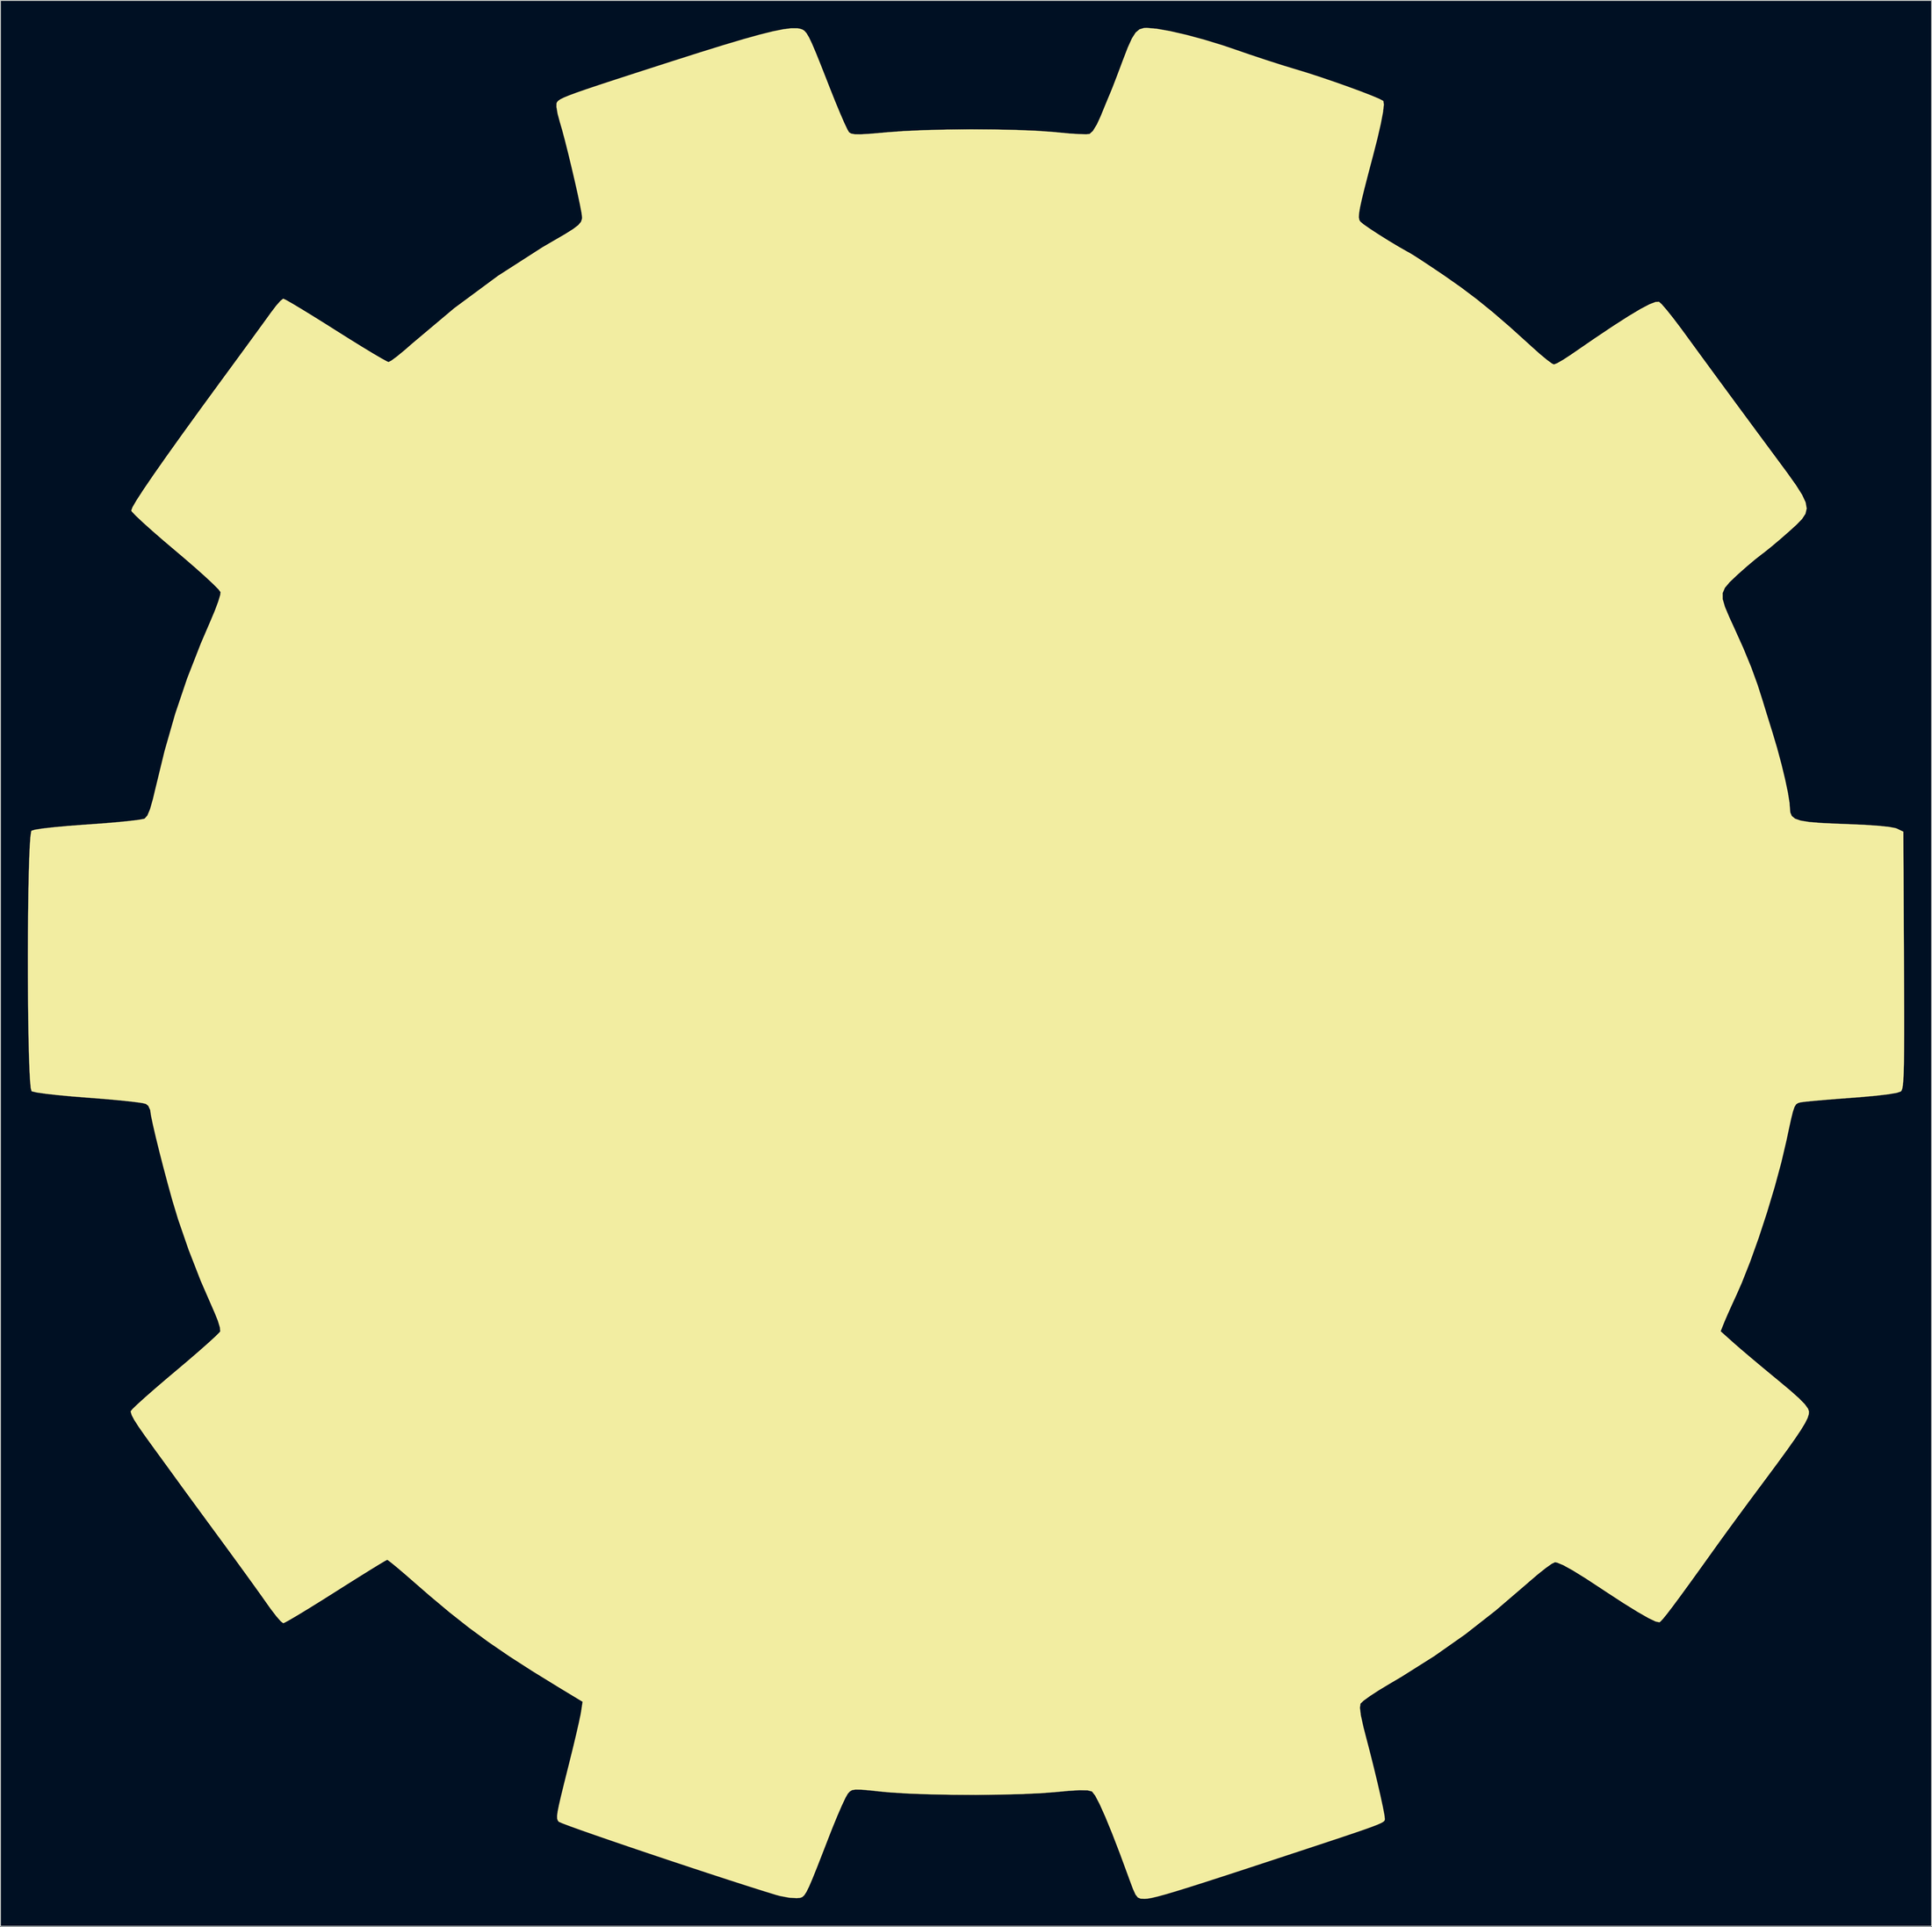
<source format=kicad_pcb>
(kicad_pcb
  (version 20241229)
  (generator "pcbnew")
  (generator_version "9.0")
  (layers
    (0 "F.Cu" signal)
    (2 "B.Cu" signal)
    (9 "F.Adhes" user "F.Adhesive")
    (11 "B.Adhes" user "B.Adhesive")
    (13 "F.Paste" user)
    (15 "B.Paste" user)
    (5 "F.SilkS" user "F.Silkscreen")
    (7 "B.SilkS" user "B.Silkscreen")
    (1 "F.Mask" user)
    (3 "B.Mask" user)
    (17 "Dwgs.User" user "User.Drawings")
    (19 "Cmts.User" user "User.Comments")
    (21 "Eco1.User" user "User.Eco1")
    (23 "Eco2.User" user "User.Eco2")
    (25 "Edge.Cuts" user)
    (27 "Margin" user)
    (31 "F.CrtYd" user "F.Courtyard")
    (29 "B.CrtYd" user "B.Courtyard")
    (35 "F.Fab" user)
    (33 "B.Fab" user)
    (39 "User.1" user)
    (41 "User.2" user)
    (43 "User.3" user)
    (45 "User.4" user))
  (footprint "gear_bg2"
    (layer "F.Cu")
    (at 102.715 102.405)
    (property "Reference" "gear_bg2" (at 0 0 0) (layer "F.SilkS") (effects (font (size 1.524 1.524) (thickness 0.3))))
    (attr through_hole)
    (fp_poly (pts (xy 20.993 -102.304) (xy 22.482 -102.038) (xy 24.252 -101.631) (xy 26.193 -101.107) (xy 28.198 -100.494) (xy 29.571 -100.029) (xy 31.218 -99.461) (xy 32.992 -98.871) (xy 34.689 -98.326) (xy 36.107 -97.892) (xy 36.227 -97.857) (xy 37.516 -97.464) (xy 38.965 -96.991) (xy 40.481 -96.475) (xy 41.97 -95.947) (xy 43.34 -95.443) (xy 44.495 -94.995) (xy 45.344 -94.638) (xy 45.793 -94.405) (xy 45.822 -94.381) (xy 45.88 -93.999) (xy 45.784 -93.152) (xy 45.542 -91.885) (xy 45.164 -90.242) (xy 44.718 -88.499) (xy 44.17 -86.42) (xy 43.751 -84.795) (xy 43.451 -83.564) (xy 43.256 -82.664) (xy 43.156 -82.035) (xy 43.139 -81.615) (xy 43.192 -81.344) (xy 43.298 -81.165) (xy 43.66 -80.864) (xy 44.371 -80.368) (xy 45.318 -79.749) (xy 46.388 -79.079) (xy 47.467 -78.43) (xy 48.441 -77.875) (xy 48.703 -77.733) (xy 49.145 -77.466) (xy 49.929 -76.961) (xy 50.956 -76.282) (xy 52.128 -75.495) (xy 52.538 -75.217) (xy 54.341 -73.95) (xy 56.064 -72.651) (xy 57.813 -71.233) (xy 59.697 -69.608) (xy 61.823 -67.687) (xy 62.088 -67.444) (xy 62.98 -66.648) (xy 63.749 -66.011) (xy 64.299 -65.608) (xy 64.514 -65.506) (xy 64.88 -65.65) (xy 65.541 -66.03) (xy 66.361 -66.566) (xy 66.441 -66.621) (xy 68.909 -68.318) (xy 70.974 -69.702) (xy 72.661 -70.785) (xy 73.989 -71.58) (xy 74.98 -72.101) (xy 75.657 -72.36) (xy 76.029 -72.375) (xy 76.323 -72.112) (xy 76.86 -71.493) (xy 77.574 -70.599) (xy 78.399 -69.511) (xy 78.791 -68.977) (xy 80.485 -66.654) (xy 82.435 -63.993) (xy 84.573 -61.085) (xy 86.834 -58.021) (xy 88.832 -55.321) (xy 90.091 -53.616) (xy 91.045 -52.274) (xy 91.708 -51.224) (xy 92.093 -50.398) (xy 92.212 -49.727) (xy 92.077 -49.141) (xy 91.702 -48.571) (xy 91.098 -47.948) (xy 90.304 -47.227) (xy 89.319 -46.364) (xy 88.345 -45.543) (xy 87.539 -44.897) (xy 87.291 -44.711) (xy 86.572 -44.149) (xy 85.646 -43.369) (xy 84.692 -42.523) (xy 84.524 -42.368) (xy 83.755 -41.634) (xy 83.25 -41.031) (xy 83.002 -40.451) (xy 83.007 -39.786) (xy 83.257 -38.929) (xy 83.747 -37.77) (xy 84.212 -36.758) (xy 85.272 -34.404) (xy 86.122 -32.339) (xy 86.83 -30.394) (xy 87.399 -28.608) (xy 87.602 -27.942) (xy 87.913 -26.933) (xy 88.28 -25.751) (xy 88.473 -25.133) (xy 88.985 -23.407) (xy 89.452 -21.665) (xy 89.849 -20.02) (xy 90.151 -18.581) (xy 90.331 -17.46) (xy 90.371 -16.917) (xy 90.412 -16.409) (xy 90.579 -16.018) (xy 90.934 -15.725) (xy 91.541 -15.513) (xy 92.463 -15.362) (xy 93.764 -15.255) (xy 95.507 -15.173) (xy 96.483 -15.138) (xy 98.461 -15.053) (xy 100.069 -14.946) (xy 101.259 -14.82) (xy 101.979 -14.68) (xy 102.097 -14.635) (xy 102.803 -14.297) (xy 102.872 -0.232) (xy 102.886 2.907) (xy 102.894 5.553) (xy 102.895 7.748) (xy 102.887 9.536) (xy 102.871 10.959) (xy 102.844 12.057) (xy 102.806 12.875) (xy 102.756 13.454) (xy 102.693 13.837) (xy 102.615 14.065) (xy 102.533 14.173) (xy 102.099 14.323) (xy 101.173 14.482) (xy 99.795 14.645) (xy 98.008 14.806) (xy 97.117 14.873) (xy 95.499 14.995) (xy 94.034 15.115) (xy 92.819 15.223) (xy 91.948 15.312) (xy 91.525 15.372) (xy 91.261 15.446) (xy 91.057 15.58) (xy 90.884 15.853) (xy 90.712 16.348) (xy 90.512 17.143) (xy 90.253 18.32) (xy 90 19.518) (xy 89.428 21.959) (xy 88.7 24.648) (xy 87.858 27.448) (xy 86.949 30.222) (xy 86.015 32.833) (xy 85.1 35.146) (xy 84.526 36.451) (xy 84.018 37.557) (xy 83.555 38.591) (xy 83.216 39.375) (xy 83.146 39.548) (xy 82.783 40.461) (xy 84.237 41.762) (xy 84.967 42.398) (xy 85.997 43.274) (xy 87.21 44.292) (xy 88.491 45.354) (xy 89.034 45.801) (xy 90.391 46.934) (xy 91.364 47.801) (xy 92.002 48.451) (xy 92.351 48.931) (xy 92.458 49.238) (xy 92.442 49.553) (xy 92.312 49.966) (xy 92.036 50.52) (xy 91.588 51.261) (xy 90.936 52.233) (xy 90.053 53.482) (xy 88.909 55.051) (xy 87.475 56.985) (xy 87.003 57.618) (xy 85.9 59.102) (xy 84.734 60.684) (xy 83.615 62.213) (xy 82.655 63.536) (xy 82.297 64.035) (xy 80.705 66.259) (xy 79.394 68.078) (xy 78.34 69.526) (xy 77.518 70.635) (xy 76.902 71.441) (xy 76.468 71.975) (xy 76.191 72.272) (xy 76.071 72.358) (xy 75.667 72.275) (xy 74.861 71.888) (xy 73.678 71.211) (xy 72.143 70.261) (xy 70.284 69.05) (xy 69.783 68.717) (xy 67.981 67.536) (xy 66.576 66.667) (xy 65.545 66.098) (xy 64.862 65.813) (xy 64.626 65.773) (xy 64.274 65.943) (xy 63.617 66.408) (xy 62.745 67.102) (xy 61.746 67.955) (xy 61.569 68.112) (xy 58.127 71.064) (xy 54.796 73.672) (xy 51.416 76.05) (xy 47.828 78.316) (xy 46.45 79.129) (xy 45.322 79.809) (xy 44.359 80.436) (xy 43.659 80.944) (xy 43.324 81.262) (xy 43.319 81.27) (xy 43.254 81.723) (xy 43.358 82.563) (xy 43.637 83.833) (xy 43.881 84.784) (xy 44.328 86.497) (xy 44.761 88.223) (xy 45.16 89.874) (xy 45.502 91.359) (xy 45.768 92.587) (xy 45.936 93.468) (xy 45.987 93.885) (xy 45.984 93.996) (xy 45.944 94.101) (xy 45.826 94.215) (xy 45.587 94.354) (xy 45.185 94.533) (xy 44.578 94.768) (xy 43.724 95.075) (xy 42.579 95.469) (xy 41.102 95.966) (xy 39.25 96.581) (xy 36.981 97.331) (xy 34.253 98.23) (xy 33.822 98.372) (xy 30.811 99.363) (xy 28.264 100.195) (xy 26.141 100.881) (xy 24.4 101.434) (xy 22.998 101.867) (xy 21.894 102.193) (xy 21.047 102.423) (xy 20.415 102.571) (xy 19.956 102.649) (xy 19.65 102.669) (xy 19.23 102.649) (xy 18.925 102.524) (xy 18.667 102.199) (xy 18.385 101.579) (xy 18.008 100.568) (xy 17.922 100.33) (xy 16.963 97.725) (xy 16.105 95.5) (xy 15.359 93.68) (xy 14.737 92.292) (xy 14.249 91.36) (xy 13.906 90.911) (xy 13.871 90.888) (xy 13.395 90.775) (xy 12.532 90.759) (xy 11.232 90.839) (xy 10.083 90.949) (xy 8.34 91.086) (xy 6.19 91.186) (xy 3.758 91.248) (xy 1.17 91.273) (xy -1.45 91.261) (xy -3.976 91.212) (xy -6.283 91.126) (xy -8.245 91.003) (xy -9.074 90.927) (xy -10.456 90.782) (xy -11.404 90.702) (xy -12.019 90.691) (xy -12.399 90.755) (xy -12.644 90.899) (xy -12.852 91.129) (xy -12.859 91.137) (xy -13.111 91.576) (xy -13.507 92.415) (xy -14.001 93.551) (xy -14.548 94.885) (xy -14.849 95.649) (xy -15.636 97.677) (xy -16.256 99.263) (xy -16.738 100.461) (xy -17.11 101.327) (xy -17.4 101.914) (xy -17.639 102.279) (xy -17.855 102.475) (xy -18.076 102.558) (xy -18.331 102.582) (xy -18.49 102.59) (xy -19.286 102.543) (xy -20.274 102.359) (xy -20.721 102.239) (xy -22.183 101.787) (xy -23.918 101.237) (xy -25.867 100.608) (xy -27.971 99.921) (xy -30.171 99.196) (xy -32.406 98.452) (xy -34.62 97.71) (xy -36.752 96.989) (xy -38.743 96.309) (xy -40.535 95.69) (xy -42.068 95.153) (xy -43.283 94.716) (xy -44.121 94.4) (xy -44.523 94.225) (xy -44.547 94.207) (xy -44.653 94.058) (xy -44.714 93.867) (xy -44.72 93.57) (xy -44.658 93.101) (xy -44.516 92.394) (xy -44.282 91.385) (xy -43.945 90.007) (xy -43.492 88.196) (xy -43.333 87.563) (xy -42.955 86.033) (xy -42.614 84.6) (xy -42.336 83.381) (xy -42.148 82.494) (xy -42.091 82.176) (xy -41.924 81.067) (xy -44.511 79.502) (xy -47.418 77.713) (xy -49.959 76.077) (xy -52.247 74.51) (xy -54.394 72.931) (xy -56.516 71.256) (xy -58.725 69.404) (xy -60.26 68.068) (xy -61.303 67.159) (xy -62.203 66.392) (xy -62.887 65.83) (xy -63.277 65.535) (xy -63.335 65.507) (xy -63.597 65.645) (xy -64.246 66.031) (xy -65.218 66.628) (xy -66.45 67.395) (xy -67.877 68.292) (xy -68.965 68.982) (xy -70.5 69.95) (xy -71.892 70.815) (xy -73.077 71.536) (xy -73.989 72.074) (xy -74.562 72.389) (xy -74.726 72.457) (xy -74.997 72.25) (xy -75.482 71.696) (xy -76.099 70.891) (xy -76.46 70.385) (xy -77.054 69.542) (xy -77.895 68.367) (xy -78.911 66.96) (xy -80.031 65.419) (xy -81.183 63.842) (xy -81.532 63.366) (xy -82.632 61.868) (xy -83.678 60.441) (xy -84.611 59.168) (xy -85.371 58.129) (xy -85.899 57.405) (xy -86.035 57.217) (xy -86.544 56.515) (xy -87.267 55.519) (xy -88.105 54.368) (xy -88.875 53.312) (xy -89.874 51.928) (xy -90.589 50.902) (xy -91.059 50.169) (xy -91.327 49.662) (xy -91.433 49.317) (xy -91.44 49.223) (xy -91.243 48.98) (xy -90.691 48.449) (xy -89.84 47.679) (xy -88.748 46.722) (xy -87.472 45.629) (xy -86.61 44.903) (xy -85.237 43.743) (xy -84.003 42.68) (xy -82.968 41.766) (xy -82.19 41.054) (xy -81.729 40.598) (xy -81.63 40.469) (xy -81.664 40.051) (xy -81.89 39.305) (xy -82.263 38.382) (xy -82.326 38.243) (xy -83.766 34.936) (xy -85.097 31.519) (xy -86.244 28.197) (xy -86.877 26.107) (xy -87.376 24.302) (xy -87.859 22.487) (xy -88.305 20.749) (xy -88.693 19.172) (xy -89.002 17.841) (xy -89.211 16.842) (xy -89.299 16.26) (xy -89.301 16.214) (xy -89.513 15.751) (xy -89.777 15.539) (xy -90.176 15.445) (xy -91.023 15.327) (xy -92.235 15.192) (xy -93.725 15.052) (xy -95.41 14.913) (xy -96.099 14.862) (xy -97.89 14.72) (xy -99.477 14.571) (xy -100.784 14.424) (xy -101.733 14.287) (xy -102.248 14.169) (xy -102.307 14.139) (xy -102.394 13.805) (xy -102.47 12.998) (xy -102.536 11.778) (xy -102.592 10.208) (xy -102.636 8.347) (xy -102.671 6.258) (xy -102.694 4.002) (xy -102.707 1.639) (xy -102.71 -0.769) (xy -102.702 -3.161) (xy -102.683 -5.475) (xy -102.654 -7.651) (xy -102.614 -9.627) (xy -102.563 -11.343) (xy -102.502 -12.736) (xy -102.431 -13.746) (xy -102.349 -14.311) (xy -102.306 -14.407) (xy -101.931 -14.518) (xy -101.093 -14.648) (xy -99.867 -14.787) (xy -98.324 -14.928) (xy -96.537 -15.063) (xy -96.177 -15.087) (xy -94.45 -15.211) (xy -92.882 -15.344) (xy -91.561 -15.476) (xy -90.571 -15.598) (xy -90 -15.702) (xy -89.915 -15.732) (xy -89.621 -16.057) (xy -89.325 -16.752) (xy -89.004 -17.879) (xy -88.8 -18.739) (xy -87.725 -23.16) (xy -86.562 -27.22) (xy -85.254 -31.095) (xy -83.744 -34.958) (xy -82.714 -37.352) (xy -82.232 -38.496) (xy -81.858 -39.496) (xy -81.635 -40.23) (xy -81.594 -40.552) (xy -81.818 -40.852) (xy -82.397 -41.437) (xy -83.271 -42.253) (xy -84.382 -43.245) (xy -85.672 -44.36) (xy -86.495 -45.056) (xy -87.86 -46.214) (xy -89.081 -47.277) (xy -90.1 -48.191) (xy -90.858 -48.903) (xy -91.296 -49.36) (xy -91.381 -49.49) (xy -91.248 -49.856) (xy -90.792 -50.639) (xy -90.015 -51.835) (xy -88.922 -53.438) (xy -87.517 -55.443) (xy -85.802 -57.844) (xy -83.782 -60.636) (xy -81.461 -63.814) (xy -81.167 -64.214) (xy -80.004 -65.801) (xy -78.882 -67.335) (xy -77.861 -68.733) (xy -77.001 -69.915) (xy -76.359 -70.801) (xy -76.087 -71.179) (xy -75.51 -71.939) (xy -75.024 -72.489) (xy -74.732 -72.716) (xy -74.724 -72.716) (xy -74.431 -72.581) (xy -73.753 -72.195) (xy -72.756 -71.599) (xy -71.505 -70.832) (xy -70.064 -69.933) (xy -68.981 -69.248) (xy -67.444 -68.28) (xy -66.046 -67.415) (xy -64.855 -66.694) (xy -63.935 -66.156) (xy -63.353 -65.84) (xy -63.183 -65.773) (xy -62.862 -65.942) (xy -62.243 -66.402) (xy -61.418 -67.08) (xy -60.601 -67.794) (xy -55.987 -71.676) (xy -51.193 -75.222) (xy -46.335 -78.346) (xy -45.143 -79.041) (xy -43.851 -79.791) (xy -42.96 -80.352) (xy -42.401 -80.781) (xy -42.1 -81.137) (xy -41.986 -81.478) (xy -41.977 -81.637) (xy -42.04 -82.123) (xy -42.212 -83.022) (xy -42.468 -84.23) (xy -42.785 -85.64) (xy -43.138 -87.149) (xy -43.501 -88.653) (xy -43.852 -90.045) (xy -44.165 -91.221) (xy -44.414 -92.071) (xy -44.662 -92.987) (xy -44.789 -93.749) (xy -44.779 -94.13) (xy -44.715 -94.272) (xy -44.588 -94.414) (xy -44.356 -94.572) (xy -43.977 -94.761) (xy -43.407 -94.997) (xy -42.604 -95.295) (xy -41.526 -95.67) (xy -40.131 -96.139) (xy -38.375 -96.715) (xy -36.217 -97.416) (xy -33.614 -98.256) (xy -32.084 -98.749) (xy -29.033 -99.721) (xy -26.445 -100.525) (xy -24.281 -101.169) (xy -22.501 -101.664) (xy -21.065 -102.021) (xy -19.932 -102.249) (xy -19.064 -102.358) (xy -18.42 -102.359) (xy -18.111 -102.308) (xy -17.851 -102.225) (xy -17.618 -102.079) (xy -17.383 -101.811) (xy -17.116 -101.361) (xy -16.786 -100.669) (xy -16.364 -99.677) (xy -15.82 -98.325) (xy -15.123 -96.554) (xy -14.849 -95.852) (xy -14.261 -94.376) (xy -13.716 -93.06) (xy -13.251 -91.991) (xy -12.903 -91.256) (xy -12.721 -90.95) (xy -12.496 -90.812) (xy -12.1 -90.74) (xy -11.447 -90.732) (xy -10.454 -90.79) (xy -9.033 -90.912) (xy -8.658 -90.948) (xy -6.767 -91.088) (xy -4.512 -91.189) (xy -2.018 -91.251) (xy 0.592 -91.275) (xy 3.194 -91.261) (xy 5.666 -91.207) (xy 7.883 -91.116) (xy 9.722 -90.985) (xy 10.118 -90.946) (xy 11.377 -90.827) (xy 12.472 -90.756) (xy 13.276 -90.739) (xy 13.635 -90.771) (xy 13.996 -91.102) (xy 14.44 -91.829) (xy 14.849 -92.72) (xy 15.268 -93.745) (xy 15.657 -94.685) (xy 15.923 -95.317) (xy 16.161 -95.904) (xy 16.525 -96.846) (xy 16.959 -97.992) (xy 17.258 -98.793) (xy 17.814 -100.235) (xy 18.27 -101.241) (xy 18.68 -101.884) (xy 19.099 -102.24) (xy 19.581 -102.384) (xy 19.894 -102.4) (xy 20.993 -102.304)) (stroke (width 0.01) (type solid)) (fill yes) (layer "F.SilkS")))
  (gr_rect
    (start -3 -3)
    (end 208.614 208.079)
    (stroke (width 0.1) (type default))
    (fill no)
    (layer "Edge.Cuts")))
</source>
